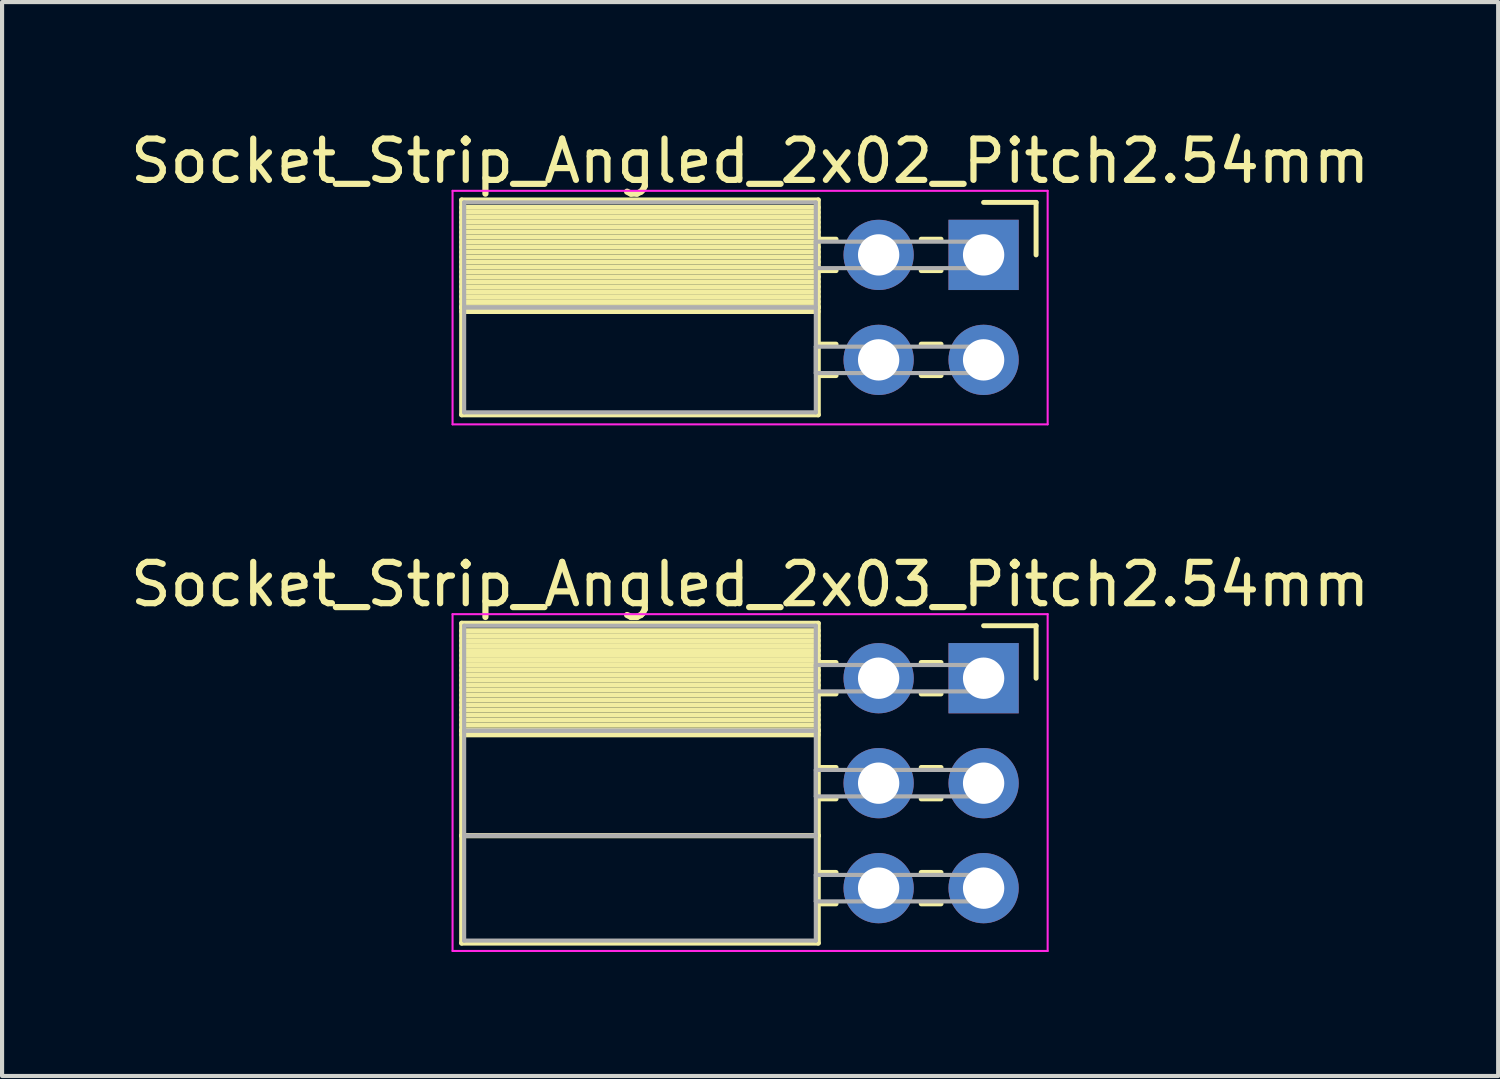
<source format=kicad_pcb>
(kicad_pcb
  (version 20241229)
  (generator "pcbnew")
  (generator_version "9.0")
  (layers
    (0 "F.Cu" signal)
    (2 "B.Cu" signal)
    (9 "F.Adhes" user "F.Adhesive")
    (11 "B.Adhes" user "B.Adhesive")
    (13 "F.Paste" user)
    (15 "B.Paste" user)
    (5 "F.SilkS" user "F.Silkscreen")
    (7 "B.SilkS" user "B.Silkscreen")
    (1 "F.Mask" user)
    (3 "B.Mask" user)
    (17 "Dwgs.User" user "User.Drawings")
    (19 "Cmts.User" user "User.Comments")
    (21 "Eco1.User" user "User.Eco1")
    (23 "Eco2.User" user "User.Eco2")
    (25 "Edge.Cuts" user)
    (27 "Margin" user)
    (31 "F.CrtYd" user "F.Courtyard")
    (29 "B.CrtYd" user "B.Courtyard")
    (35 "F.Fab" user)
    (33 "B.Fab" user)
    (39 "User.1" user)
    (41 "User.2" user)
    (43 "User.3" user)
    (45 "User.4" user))
  (footprint "Socket_Strip_Angled_2x03_Pitch2.54mm"
    (layer "F.Cu")
    (at 20.751 13.361)
    (property "Reference" "Socket_Strip_Angled_2x03_Pitch2.54mm" (at -5.65 -2.27 0) (layer "F.SilkS") (effects (font (size 1 1) (thickness 0.15))))
    (attr through_hole)
    (fp_line (start -12.63 -1.33) (end -4 -1.33) (stroke (width 0.12) (type solid)) (layer "F.SilkS"))
    (fp_line (start -12.63 1.27) (end -12.63 -1.33) (stroke (width 0.12) (type solid)) (layer "F.SilkS"))
    (fp_line (start -12.63 1.27) (end -4 1.27) (stroke (width 0.12) (type solid)) (layer "F.SilkS"))
    (fp_line (start -12.63 3.81) (end -12.63 1.27) (stroke (width 0.12) (type solid)) (layer "F.SilkS"))
    (fp_line (start -12.63 3.81) (end -4 3.81) (stroke (width 0.12) (type solid)) (layer "F.SilkS"))
    (fp_line (start -12.63 6.41) (end -12.63 3.81) (stroke (width 0.12) (type solid)) (layer "F.SilkS"))
    (fp_line (start -4 -1.33) (end -4 1.27) (stroke (width 0.12) (type solid)) (layer "F.SilkS"))
    (fp_line (start -4 -1.15) (end -12.63 -1.15) (stroke (width 0.12) (type solid)) (layer "F.SilkS"))
    (fp_line (start -4 -1.03) (end -12.63 -1.03) (stroke (width 0.12) (type solid)) (layer "F.SilkS"))
    (fp_line (start -4 -0.91) (end -12.63 -0.91) (stroke (width 0.12) (type solid)) (layer "F.SilkS"))
    (fp_line (start -4 -0.79) (end -12.63 -0.79) (stroke (width 0.12) (type solid)) (layer "F.SilkS"))
    (fp_line (start -4 -0.67) (end -12.63 -0.67) (stroke (width 0.12) (type solid)) (layer "F.SilkS"))
    (fp_line (start -4 -0.55) (end -12.63 -0.55) (stroke (width 0.12) (type solid)) (layer "F.SilkS"))
    (fp_line (start -4 -0.43) (end -12.63 -0.43) (stroke (width 0.12) (type solid)) (layer "F.SilkS"))
    (fp_line (start -4 -0.31) (end -12.63 -0.31) (stroke (width 0.12) (type solid)) (layer "F.SilkS"))
    (fp_line (start -4 -0.19) (end -12.63 -0.19) (stroke (width 0.12) (type solid)) (layer "F.SilkS"))
    (fp_line (start -4 -0.07) (end -12.63 -0.07) (stroke (width 0.12) (type solid)) (layer "F.SilkS"))
    (fp_line (start -4 0.05) (end -12.63 0.05) (stroke (width 0.12) (type solid)) (layer "F.SilkS"))
    (fp_line (start -4 0.17) (end -12.63 0.17) (stroke (width 0.12) (type solid)) (layer "F.SilkS"))
    (fp_line (start -4 0.29) (end -12.63 0.29) (stroke (width 0.12) (type solid)) (layer "F.SilkS"))
    (fp_line (start -4 0.41) (end -12.63 0.41) (stroke (width 0.12) (type solid)) (layer "F.SilkS"))
    (fp_line (start -4 0.53) (end -12.63 0.53) (stroke (width 0.12) (type solid)) (layer "F.SilkS"))
    (fp_line (start -4 0.65) (end -12.63 0.65) (stroke (width 0.12) (type solid)) (layer "F.SilkS"))
    (fp_line (start -4 0.77) (end -12.63 0.77) (stroke (width 0.12) (type solid)) (layer "F.SilkS"))
    (fp_line (start -4 0.89) (end -12.63 0.89) (stroke (width 0.12) (type solid)) (layer "F.SilkS"))
    (fp_line (start -4 1.01) (end -12.63 1.01) (stroke (width 0.12) (type solid)) (layer "F.SilkS"))
    (fp_line (start -4 1.13) (end -12.63 1.13) (stroke (width 0.12) (type solid)) (layer "F.SilkS"))
    (fp_line (start -4 1.25) (end -12.63 1.25) (stroke (width 0.12) (type solid)) (layer "F.SilkS"))
    (fp_line (start -4 1.27) (end -12.63 1.27) (stroke (width 0.12) (type solid)) (layer "F.SilkS"))
    (fp_line (start -4 1.27) (end -4 3.81) (stroke (width 0.12) (type solid)) (layer "F.SilkS"))
    (fp_line (start -4 1.37) (end -12.63 1.37) (stroke (width 0.12) (type solid)) (layer "F.SilkS"))
    (fp_line (start -4 3.81) (end -12.63 3.81) (stroke (width 0.12) (type solid)) (layer "F.SilkS"))
    (fp_line (start -4 3.81) (end -4 6.41) (stroke (width 0.12) (type solid)) (layer "F.SilkS"))
    (fp_line (start -4 6.41) (end -12.63 6.41) (stroke (width 0.12) (type solid)) (layer "F.SilkS"))
    (fp_line (start -3.57 -0.38) (end -4 -0.38) (stroke (width 0.12) (type solid)) (layer "F.SilkS"))
    (fp_line (start -3.57 0.38) (end -4 0.38) (stroke (width 0.12) (type solid)) (layer "F.SilkS"))
    (fp_line (start -3.57 2.16) (end -4 2.16) (stroke (width 0.12) (type solid)) (layer "F.SilkS"))
    (fp_line (start -3.57 2.92) (end -4 2.92) (stroke (width 0.12) (type solid)) (layer "F.SilkS"))
    (fp_line (start -3.57 4.7) (end -4 4.7) (stroke (width 0.12) (type solid)) (layer "F.SilkS"))
    (fp_line (start -3.57 5.46) (end -4 5.46) (stroke (width 0.12) (type solid)) (layer "F.SilkS"))
    (fp_line (start -1.03 -0.38) (end -1.51 -0.38) (stroke (width 0.12) (type solid)) (layer "F.SilkS"))
    (fp_line (start -1.03 0.38) (end -1.51 0.38) (stroke (width 0.12) (type solid)) (layer "F.SilkS"))
    (fp_line (start -1.03 2.16) (end -1.51 2.16) (stroke (width 0.12) (type solid)) (layer "F.SilkS"))
    (fp_line (start -1.03 2.92) (end -1.51 2.92) (stroke (width 0.12) (type solid)) (layer "F.SilkS"))
    (fp_line (start -1.03 4.7) (end -1.51 4.7) (stroke (width 0.12) (type solid)) (layer "F.SilkS"))
    (fp_line (start -1.03 5.46) (end -1.51 5.46) (stroke (width 0.12) (type solid)) (layer "F.SilkS"))
    (fp_line (start 0 -1.27) (end 1.27 -1.27) (stroke (width 0.12) (type solid)) (layer "F.SilkS"))
    (fp_line (start 1.27 -1.27) (end 1.27 0) (stroke (width 0.12) (type solid)) (layer "F.SilkS"))
    (fp_line (start -12.85 -1.55) (end 1.55 -1.55) (stroke (width 0.05) (type solid)) (layer "F.CrtYd"))
    (fp_line (start -12.85 6.6) (end -12.85 -1.55) (stroke (width 0.05) (type solid)) (layer "F.CrtYd"))
    (fp_line (start 1.55 -1.55) (end 1.55 6.6) (stroke (width 0.05) (type solid)) (layer "F.CrtYd"))
    (fp_line (start 1.55 6.6) (end -12.85 6.6) (stroke (width 0.05) (type solid)) (layer "F.CrtYd"))
    (fp_line (start -12.57 -1.27) (end -4.06 -1.27) (stroke (width 0.1) (type solid)) (layer "F.Fab"))
    (fp_line (start -12.57 1.27) (end -12.57 -1.27) (stroke (width 0.1) (type solid)) (layer "F.Fab"))
    (fp_line (start -12.57 1.27) (end -4.06 1.27) (stroke (width 0.1) (type solid)) (layer "F.Fab"))
    (fp_line (start -12.57 3.81) (end -12.57 1.27) (stroke (width 0.1) (type solid)) (layer "F.Fab"))
    (fp_line (start -12.57 3.81) (end -4.06 3.81) (stroke (width 0.1) (type solid)) (layer "F.Fab"))
    (fp_line (start -12.57 6.35) (end -12.57 3.81) (stroke (width 0.1) (type solid)) (layer "F.Fab"))
    (fp_line (start -4.06 -1.27) (end -4.06 1.27) (stroke (width 0.1) (type solid)) (layer "F.Fab"))
    (fp_line (start -4.06 -0.32) (end 0 -0.32) (stroke (width 0.1) (type solid)) (layer "F.Fab"))
    (fp_line (start -4.06 0.32) (end -4.06 -0.32) (stroke (width 0.1) (type solid)) (layer "F.Fab"))
    (fp_line (start -4.06 1.27) (end -12.57 1.27) (stroke (width 0.1) (type solid)) (layer "F.Fab"))
    (fp_line (start -4.06 1.27) (end -4.06 3.81) (stroke (width 0.1) (type solid)) (layer "F.Fab"))
    (fp_line (start -4.06 2.22) (end 0 2.22) (stroke (width 0.1) (type solid)) (layer "F.Fab"))
    (fp_line (start -4.06 2.86) (end -4.06 2.22) (stroke (width 0.1) (type solid)) (layer "F.Fab"))
    (fp_line (start -4.06 3.81) (end -12.57 3.81) (stroke (width 0.1) (type solid)) (layer "F.Fab"))
    (fp_line (start -4.06 3.81) (end -4.06 6.35) (stroke (width 0.1) (type solid)) (layer "F.Fab"))
    (fp_line (start -4.06 4.76) (end 0 4.76) (stroke (width 0.1) (type solid)) (layer "F.Fab"))
    (fp_line (start -4.06 5.4) (end -4.06 4.76) (stroke (width 0.1) (type solid)) (layer "F.Fab"))
    (fp_line (start -4.06 6.35) (end -12.57 6.35) (stroke (width 0.1) (type solid)) (layer "F.Fab"))
    (fp_line (start 0 -0.32) (end 0 0.32) (stroke (width 0.1) (type solid)) (layer "F.Fab"))
    (fp_line (start 0 0.32) (end -4.06 0.32) (stroke (width 0.1) (type solid)) (layer "F.Fab"))
    (fp_line (start 0 2.22) (end 0 2.86) (stroke (width 0.1) (type solid)) (layer "F.Fab"))
    (fp_line (start 0 2.86) (end -4.06 2.86) (stroke (width 0.1) (type solid)) (layer "F.Fab"))
    (fp_line (start 0 4.76) (end 0 5.4) (stroke (width 0.1) (type solid)) (layer "F.Fab"))
    (fp_line (start 0 5.4) (end -4.06 5.4) (stroke (width 0.1) (type solid)) (layer "F.Fab"))
    (pad "1" thru_hole rect (at 0 0) (size 1.7 1.7) (drill 1) (layers "*.Cu" "*.Mask"))
    (pad "2" thru_hole oval (at -2.54 0) (size 1.7 1.7) (drill 1) (layers "*.Cu" "*.Mask"))
    (pad "3" thru_hole oval (at 0 2.54) (size 1.7 1.7) (drill 1) (layers "*.Cu" "*.Mask"))
    (pad "4" thru_hole oval (at -2.54 2.54) (size 1.7 1.7) (drill 1) (layers "*.Cu" "*.Mask"))
    (pad "5" thru_hole oval (at 0 5.08) (size 1.7 1.7) (drill 1) (layers "*.Cu" "*.Mask"))
    (pad "6" thru_hole oval (at -2.54 5.08) (size 1.7 1.7) (drill 1) (layers "*.Cu" "*.Mask")))
  (footprint "Socket_Strip_Angled_2x02_Pitch2.54mm"
    (layer "F.Cu")
    (at 20.751 3.118)
    (property "Reference" "Socket_Strip_Angled_2x02_Pitch2.54mm" (at -5.65 -2.27 0) (layer "F.SilkS") (effects (font (size 1 1) (thickness 0.15))))
    (attr through_hole)
    (fp_line (start -12.63 -1.33) (end -4 -1.33) (stroke (width 0.12) (type solid)) (layer "F.SilkS"))
    (fp_line (start -12.63 1.27) (end -12.63 -1.33) (stroke (width 0.12) (type solid)) (layer "F.SilkS"))
    (fp_line (start -12.63 1.27) (end -4 1.27) (stroke (width 0.12) (type solid)) (layer "F.SilkS"))
    (fp_line (start -12.63 3.87) (end -12.63 1.27) (stroke (width 0.12) (type solid)) (layer "F.SilkS"))
    (fp_line (start -4 -1.33) (end -4 1.27) (stroke (width 0.12) (type solid)) (layer "F.SilkS"))
    (fp_line (start -4 -1.15) (end -12.63 -1.15) (stroke (width 0.12) (type solid)) (layer "F.SilkS"))
    (fp_line (start -4 -1.03) (end -12.63 -1.03) (stroke (width 0.12) (type solid)) (layer "F.SilkS"))
    (fp_line (start -4 -0.91) (end -12.63 -0.91) (stroke (width 0.12) (type solid)) (layer "F.SilkS"))
    (fp_line (start -4 -0.79) (end -12.63 -0.79) (stroke (width 0.12) (type solid)) (layer "F.SilkS"))
    (fp_line (start -4 -0.67) (end -12.63 -0.67) (stroke (width 0.12) (type solid)) (layer "F.SilkS"))
    (fp_line (start -4 -0.55) (end -12.63 -0.55) (stroke (width 0.12) (type solid)) (layer "F.SilkS"))
    (fp_line (start -4 -0.43) (end -12.63 -0.43) (stroke (width 0.12) (type solid)) (layer "F.SilkS"))
    (fp_line (start -4 -0.31) (end -12.63 -0.31) (stroke (width 0.12) (type solid)) (layer "F.SilkS"))
    (fp_line (start -4 -0.19) (end -12.63 -0.19) (stroke (width 0.12) (type solid)) (layer "F.SilkS"))
    (fp_line (start -4 -0.07) (end -12.63 -0.07) (stroke (width 0.12) (type solid)) (layer "F.SilkS"))
    (fp_line (start -4 0.05) (end -12.63 0.05) (stroke (width 0.12) (type solid)) (layer "F.SilkS"))
    (fp_line (start -4 0.17) (end -12.63 0.17) (stroke (width 0.12) (type solid)) (layer "F.SilkS"))
    (fp_line (start -4 0.29) (end -12.63 0.29) (stroke (width 0.12) (type solid)) (layer "F.SilkS"))
    (fp_line (start -4 0.41) (end -12.63 0.41) (stroke (width 0.12) (type solid)) (layer "F.SilkS"))
    (fp_line (start -4 0.53) (end -12.63 0.53) (stroke (width 0.12) (type solid)) (layer "F.SilkS"))
    (fp_line (start -4 0.65) (end -12.63 0.65) (stroke (width 0.12) (type solid)) (layer "F.SilkS"))
    (fp_line (start -4 0.77) (end -12.63 0.77) (stroke (width 0.12) (type solid)) (layer "F.SilkS"))
    (fp_line (start -4 0.89) (end -12.63 0.89) (stroke (width 0.12) (type solid)) (layer "F.SilkS"))
    (fp_line (start -4 1.01) (end -12.63 1.01) (stroke (width 0.12) (type solid)) (layer "F.SilkS"))
    (fp_line (start -4 1.13) (end -12.63 1.13) (stroke (width 0.12) (type solid)) (layer "F.SilkS"))
    (fp_line (start -4 1.25) (end -12.63 1.25) (stroke (width 0.12) (type solid)) (layer "F.SilkS"))
    (fp_line (start -4 1.27) (end -12.63 1.27) (stroke (width 0.12) (type solid)) (layer "F.SilkS"))
    (fp_line (start -4 1.27) (end -4 3.87) (stroke (width 0.12) (type solid)) (layer "F.SilkS"))
    (fp_line (start -4 1.37) (end -12.63 1.37) (stroke (width 0.12) (type solid)) (layer "F.SilkS"))
    (fp_line (start -4 3.87) (end -12.63 3.87) (stroke (width 0.12) (type solid)) (layer "F.SilkS"))
    (fp_line (start -3.57 -0.38) (end -4 -0.38) (stroke (width 0.12) (type solid)) (layer "F.SilkS"))
    (fp_line (start -3.57 0.38) (end -4 0.38) (stroke (width 0.12) (type solid)) (layer "F.SilkS"))
    (fp_line (start -3.57 2.16) (end -4 2.16) (stroke (width 0.12) (type solid)) (layer "F.SilkS"))
    (fp_line (start -3.57 2.92) (end -4 2.92) (stroke (width 0.12) (type solid)) (layer "F.SilkS"))
    (fp_line (start -1.03 -0.38) (end -1.51 -0.38) (stroke (width 0.12) (type solid)) (layer "F.SilkS"))
    (fp_line (start -1.03 0.38) (end -1.51 0.38) (stroke (width 0.12) (type solid)) (layer "F.SilkS"))
    (fp_line (start -1.03 2.16) (end -1.51 2.16) (stroke (width 0.12) (type solid)) (layer "F.SilkS"))
    (fp_line (start -1.03 2.92) (end -1.51 2.92) (stroke (width 0.12) (type solid)) (layer "F.SilkS"))
    (fp_line (start 0 -1.27) (end 1.27 -1.27) (stroke (width 0.12) (type solid)) (layer "F.SilkS"))
    (fp_line (start 1.27 -1.27) (end 1.27 0) (stroke (width 0.12) (type solid)) (layer "F.SilkS"))
    (fp_line (start -12.85 -1.55) (end 1.55 -1.55) (stroke (width 0.05) (type solid)) (layer "F.CrtYd"))
    (fp_line (start -12.85 4.1) (end -12.85 -1.55) (stroke (width 0.05) (type solid)) (layer "F.CrtYd"))
    (fp_line (start 1.55 -1.55) (end 1.55 4.1) (stroke (width 0.05) (type solid)) (layer "F.CrtYd"))
    (fp_line (start 1.55 4.1) (end -12.85 4.1) (stroke (width 0.05) (type solid)) (layer "F.CrtYd"))
    (fp_line (start -12.57 -1.27) (end -4.06 -1.27) (stroke (width 0.1) (type solid)) (layer "F.Fab"))
    (fp_line (start -12.57 1.27) (end -12.57 -1.27) (stroke (width 0.1) (type solid)) (layer "F.Fab"))
    (fp_line (start -12.57 1.27) (end -4.06 1.27) (stroke (width 0.1) (type solid)) (layer "F.Fab"))
    (fp_line (start -12.57 3.81) (end -12.57 1.27) (stroke (width 0.1) (type solid)) (layer "F.Fab"))
    (fp_line (start -4.06 -1.27) (end -4.06 1.27) (stroke (width 0.1) (type solid)) (layer "F.Fab"))
    (fp_line (start -4.06 -0.32) (end 0 -0.32) (stroke (width 0.1) (type solid)) (layer "F.Fab"))
    (fp_line (start -4.06 0.32) (end -4.06 -0.32) (stroke (width 0.1) (type solid)) (layer "F.Fab"))
    (fp_line (start -4.06 1.27) (end -12.57 1.27) (stroke (width 0.1) (type solid)) (layer "F.Fab"))
    (fp_line (start -4.06 1.27) (end -4.06 3.81) (stroke (width 0.1) (type solid)) (layer "F.Fab"))
    (fp_line (start -4.06 2.22) (end 0 2.22) (stroke (width 0.1) (type solid)) (layer "F.Fab"))
    (fp_line (start -4.06 2.86) (end -4.06 2.22) (stroke (width 0.1) (type solid)) (layer "F.Fab"))
    (fp_line (start -4.06 3.81) (end -12.57 3.81) (stroke (width 0.1) (type solid)) (layer "F.Fab"))
    (fp_line (start 0 -0.32) (end 0 0.32) (stroke (width 0.1) (type solid)) (layer "F.Fab"))
    (fp_line (start 0 0.32) (end -4.06 0.32) (stroke (width 0.1) (type solid)) (layer "F.Fab"))
    (fp_line (start 0 2.22) (end 0 2.86) (stroke (width 0.1) (type solid)) (layer "F.Fab"))
    (fp_line (start 0 2.86) (end -4.06 2.86) (stroke (width 0.1) (type solid)) (layer "F.Fab"))
    (pad "1" thru_hole rect (at 0 0) (size 1.7 1.7) (drill 1) (layers "*.Cu" "*.Mask"))
    (pad "2" thru_hole oval (at -2.54 0) (size 1.7 1.7) (drill 1) (layers "*.Cu" "*.Mask"))
    (pad "3" thru_hole oval (at 0 2.54) (size 1.7 1.7) (drill 1) (layers "*.Cu" "*.Mask"))
    (pad "4" thru_hole oval (at -2.54 2.54) (size 1.7 1.7) (drill 1) (layers "*.Cu" "*.Mask")))
  (gr_rect
    (start -3 -3)
    (end 33.202 22.986)
    (stroke (width 0.1) (type default))
    (fill no)
    (layer "Edge.Cuts")))
</source>
